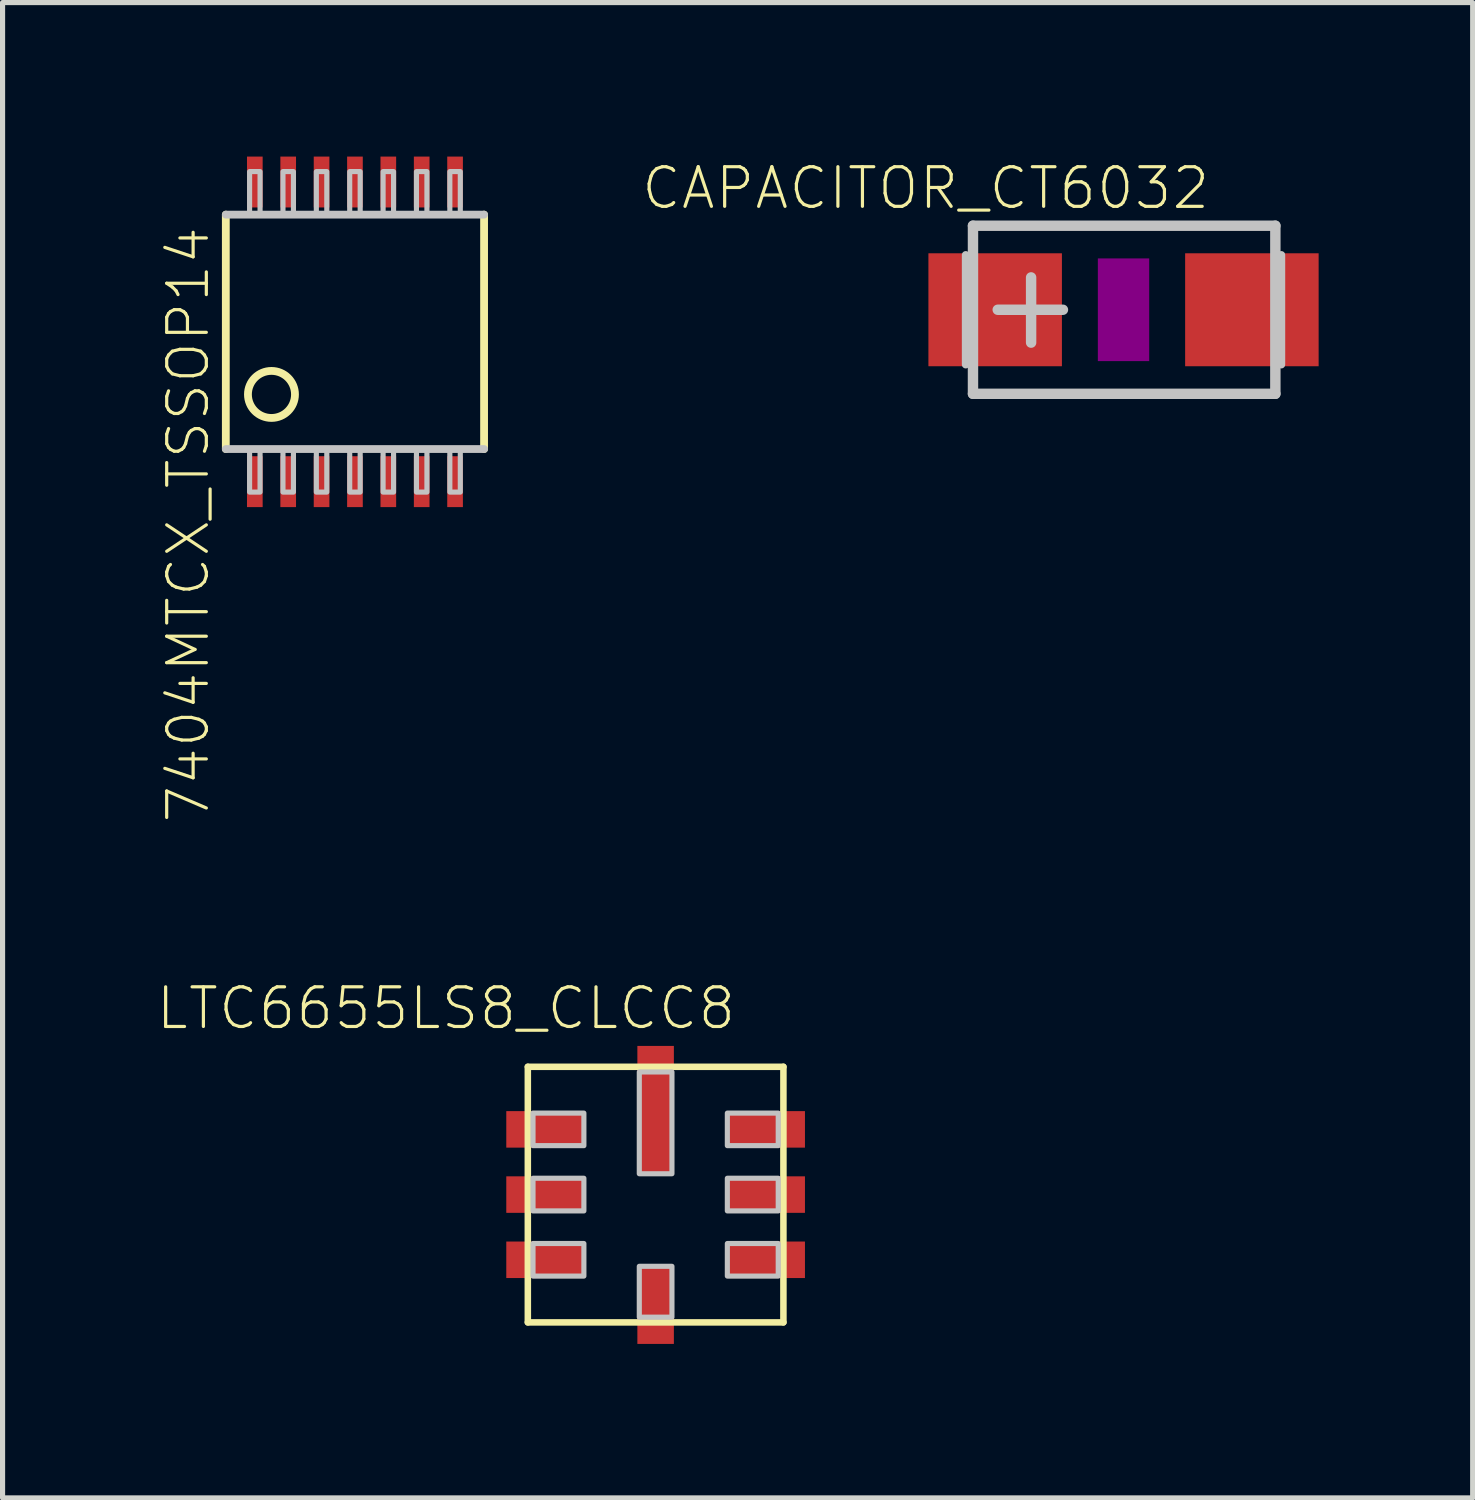
<source format=kicad_pcb>
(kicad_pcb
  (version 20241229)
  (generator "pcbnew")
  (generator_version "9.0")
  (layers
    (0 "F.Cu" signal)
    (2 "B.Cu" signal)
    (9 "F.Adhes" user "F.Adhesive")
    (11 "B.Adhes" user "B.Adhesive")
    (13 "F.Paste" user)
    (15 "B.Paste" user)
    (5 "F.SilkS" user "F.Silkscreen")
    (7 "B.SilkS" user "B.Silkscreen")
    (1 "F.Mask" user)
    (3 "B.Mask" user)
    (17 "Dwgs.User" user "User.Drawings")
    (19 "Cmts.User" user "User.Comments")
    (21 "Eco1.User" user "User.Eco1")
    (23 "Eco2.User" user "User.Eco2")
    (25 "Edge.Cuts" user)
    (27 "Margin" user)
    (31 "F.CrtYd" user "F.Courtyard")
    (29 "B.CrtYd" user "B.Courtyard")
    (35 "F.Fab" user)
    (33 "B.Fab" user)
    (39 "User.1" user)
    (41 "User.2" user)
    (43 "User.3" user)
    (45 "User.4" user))
  (footprint "CAPACITOR_CT6032"
    (layer "F.Cu")
    (at 18.832 2.983)
    (property "Reference" "CAPACITOR_CT6032" (at 1.72 -2.82 180) (layer "F.SilkS") (effects (font (size 0.772 0.772) (thickness 0.062)) (justify right top)))
    (attr through_hole)
    (fp_poly (pts (xy -0.5 1) (xy 0.5 1) (xy 0.5 -1) (xy -0.5 -1)) (stroke (width 0) (type solid)) (fill yes) (layer "F.Adhes"))
    (fp_line (start -3.073 -1.067) (end -3.073 1.067) (stroke (width 0.152) (type solid)) (layer "Dwgs.User"))
    (fp_line (start -2.932 1.637) (end -2.932 -1.637) (stroke (width 0.203) (type solid)) (layer "Dwgs.User"))
    (fp_line (start -1.8 -0.63) (end -1.8 0.64) (stroke (width 0.203) (type solid)) (layer "Dwgs.User"))
    (fp_line (start -1.18 0) (end -2.45 0) (stroke (width 0.203) (type solid)) (layer "Dwgs.User"))
    (fp_line (start 2.957 -1.637) (end -2.932 -1.637) (stroke (width 0.203) (type solid)) (layer "Dwgs.User"))
    (fp_line (start 2.957 1.637) (end -2.932 1.637) (stroke (width 0.203) (type solid)) (layer "Dwgs.User"))
    (fp_line (start 2.957 1.637) (end 2.957 -1.637) (stroke (width 0.203) (type solid)) (layer "Dwgs.User"))
    (fp_line (start 3.073 -1.067) (end 3.073 1.067) (stroke (width 0.152) (type solid)) (layer "Dwgs.User"))
    (pad "+" smd rect (at -2.5 0) (size 2.6 2.2) (layers "F.Cu" "F.Mask" "F.Paste"))
    (pad "-" smd rect (at 2.5 0 180) (size 2.6 2.2) (layers "F.Cu" "F.Mask" "F.Paste")))
  (footprint "LTC6655LS8_CLCC8"
    (layer "F.Cu")
    (at 9.719 20.216)
    (property "Reference" "LTC6655LS8_CLCC8" (at 1.6 -4.08 180) (layer "F.SilkS") (effects (font (size 0.772 0.772) (thickness 0.062)) (justify right top)))
    (attr through_hole)
    (fp_line (start -2.489 -2.489) (end 2.489 -2.489) (stroke (width 0.127) (type solid)) (layer "F.SilkS"))
    (fp_line (start -2.489 2.489) (end -2.489 -2.489) (stroke (width 0.127) (type solid)) (layer "F.SilkS"))
    (fp_line (start 2.489 -2.489) (end 2.489 2.489) (stroke (width 0.127) (type solid)) (layer "F.SilkS"))
    (fp_line (start 2.489 2.489) (end -2.489 2.489) (stroke (width 0.127) (type solid)) (layer "F.SilkS"))
    (fp_poly (pts (xy -2.388 -0.953) (xy -1.397 -0.953) (xy -1.397 -1.587) (xy -2.388 -1.587)) (stroke (width 0.1) (type solid)) (fill no) (layer "Dwgs.User"))
    (fp_poly (pts (xy -2.388 0.318) (xy -1.397 0.318) (xy -1.397 -0.318) (xy -2.388 -0.318)) (stroke (width 0.1) (type solid)) (fill no) (layer "Dwgs.User"))
    (fp_poly (pts (xy -2.388 1.587) (xy -1.397 1.587) (xy -1.397 0.953) (xy -2.388 0.953)) (stroke (width 0.1) (type solid)) (fill no) (layer "Dwgs.User"))
    (fp_poly (pts (xy -0.318 -0.406) (xy 0.318 -0.406) (xy 0.318 -2.388) (xy -0.318 -2.388)) (stroke (width 0.1) (type solid)) (fill no) (layer "Dwgs.User"))
    (fp_poly (pts (xy -0.318 2.388) (xy 0.318 2.388) (xy 0.318 1.397) (xy -0.318 1.397)) (stroke (width 0.1) (type solid)) (fill no) (layer "Dwgs.User"))
    (fp_poly (pts (xy 1.397 -0.953) (xy 2.388 -0.953) (xy 2.388 -1.587) (xy 1.397 -1.587)) (stroke (width 0.1) (type solid)) (fill no) (layer "Dwgs.User"))
    (fp_poly (pts (xy 1.397 0.318) (xy 2.388 0.318) (xy 2.388 -0.318) (xy 1.397 -0.318)) (stroke (width 0.1) (type solid)) (fill no) (layer "Dwgs.User"))
    (fp_poly (pts (xy 1.397 1.587) (xy 2.388 1.587) (xy 2.388 0.953) (xy 1.397 0.953)) (stroke (width 0.1) (type solid)) (fill no) (layer "Dwgs.User"))
    (pad "P$1" smd rect (at -2.159 -1.27) (size 1.499 0.711) (layers "F.Cu" "F.Mask" "F.Paste"))
    (pad "P$2" smd rect (at -2.159 0) (size 1.499 0.711) (layers "F.Cu" "F.Mask" "F.Paste"))
    (pad "P$3" smd rect (at -2.159 1.27) (size 1.499 0.711) (layers "F.Cu" "F.Mask" "F.Paste"))
    (pad "P$4" smd rect (at 0 2.159) (size 0.711 1.499) (layers "F.Cu" "F.Mask" "F.Paste"))
    (pad "P$5" smd rect (at 2.159 1.27) (size 1.499 0.711) (layers "F.Cu" "F.Mask" "F.Paste"))
    (pad "P$6" smd rect (at 2.159 0) (size 1.499 0.711) (layers "F.Cu" "F.Mask" "F.Paste"))
    (pad "P$7" smd rect (at 2.159 -1.27) (size 1.499 0.711) (layers "F.Cu" "F.Mask" "F.Paste"))
    (pad "P$8" smd rect (at 0 -1.651) (size 0.711 2.489) (layers "F.Cu" "F.Mask" "F.Paste")))
  (footprint "7404MTCX_TSSOP14"
    (layer "F.Cu")
    (at 3.863 3.413)
    (property "Reference" "7404MTCX_TSSOP14" (at -3.7 -2.09 90) (layer "F.SilkS") (effects (font (size 0.772 0.772) (thickness 0.062)) (justify right top)))
    (attr through_hole)
    (fp_line (start -2.515 2.283) (end -2.515 -2.283) (stroke (width 0.152) (type solid)) (layer "F.SilkS"))
    (fp_line (start 2.515 -2.283) (end 2.515 2.283) (stroke (width 0.152) (type solid)) (layer "F.SilkS"))
    (fp_circle (center -1.626 1.219) (end -1.168 1.219) (stroke (width 0.152) (type solid)) (fill no) (layer "F.SilkS"))
    (fp_line (start -2.515 2.283) (end 2.515 2.283) (stroke (width 0.152) (type solid)) (layer "Dwgs.User"))
    (fp_line (start 2.515 -2.283) (end -2.515 -2.283) (stroke (width 0.152) (type solid)) (layer "Dwgs.User"))
    (fp_poly (pts (xy -2.052 -2.283) (xy -1.848 -2.283) (xy -1.848 -3.121) (xy -2.052 -3.121)) (stroke (width 0.1) (type solid)) (fill no) (layer "Dwgs.User"))
    (fp_poly (pts (xy -2.052 3.121) (xy -1.848 3.121) (xy -1.848 2.283) (xy -2.052 2.283)) (stroke (width 0.1) (type solid)) (fill no) (layer "Dwgs.User"))
    (fp_poly (pts (xy -1.402 -2.283) (xy -1.198 -2.283) (xy -1.198 -3.121) (xy -1.402 -3.121)) (stroke (width 0.1) (type solid)) (fill no) (layer "Dwgs.User"))
    (fp_poly (pts (xy -1.402 3.121) (xy -1.198 3.121) (xy -1.198 2.283) (xy -1.402 2.283)) (stroke (width 0.1) (type solid)) (fill no) (layer "Dwgs.User"))
    (fp_poly (pts (xy -0.752 -2.283) (xy -0.548 -2.283) (xy -0.548 -3.121) (xy -0.752 -3.121)) (stroke (width 0.1) (type solid)) (fill no) (layer "Dwgs.User"))
    (fp_poly (pts (xy -0.752 3.121) (xy -0.548 3.121) (xy -0.548 2.283) (xy -0.752 2.283)) (stroke (width 0.1) (type solid)) (fill no) (layer "Dwgs.User"))
    (fp_poly (pts (xy -0.102 -2.283) (xy 0.102 -2.283) (xy 0.102 -3.121) (xy -0.102 -3.121)) (stroke (width 0.1) (type solid)) (fill no) (layer "Dwgs.User"))
    (fp_poly (pts (xy -0.102 3.121) (xy 0.102 3.121) (xy 0.102 2.283) (xy -0.102 2.283)) (stroke (width 0.1) (type solid)) (fill no) (layer "Dwgs.User"))
    (fp_poly (pts (xy 0.548 -2.283) (xy 0.752 -2.283) (xy 0.752 -3.121) (xy 0.548 -3.121)) (stroke (width 0.1) (type solid)) (fill no) (layer "Dwgs.User"))
    (fp_poly (pts (xy 0.548 3.121) (xy 0.752 3.121) (xy 0.752 2.283) (xy 0.548 2.283)) (stroke (width 0.1) (type solid)) (fill no) (layer "Dwgs.User"))
    (fp_poly (pts (xy 1.198 -2.283) (xy 1.402 -2.283) (xy 1.402 -3.121) (xy 1.198 -3.121)) (stroke (width 0.1) (type solid)) (fill no) (layer "Dwgs.User"))
    (fp_poly (pts (xy 1.198 3.121) (xy 1.402 3.121) (xy 1.402 2.283) (xy 1.198 2.283)) (stroke (width 0.1) (type solid)) (fill no) (layer "Dwgs.User"))
    (fp_poly (pts (xy 1.848 -2.283) (xy 2.052 -2.283) (xy 2.052 -3.121) (xy 1.848 -3.121)) (stroke (width 0.1) (type solid)) (fill no) (layer "Dwgs.User"))
    (fp_poly (pts (xy 1.848 3.121) (xy 2.052 3.121) (xy 2.052 2.283) (xy 1.848 2.283)) (stroke (width 0.1) (type solid)) (fill no) (layer "Dwgs.User"))
    (pad "1" smd rect (at -1.95 2.918) (size 0.305 0.991) (layers "F.Cu" "F.Mask" "F.Paste"))
    (pad "2" smd rect (at -1.3 2.918) (size 0.305 0.991) (layers "F.Cu" "F.Mask" "F.Paste"))
    (pad "3" smd rect (at -0.65 2.918) (size 0.305 0.991) (layers "F.Cu" "F.Mask" "F.Paste"))
    (pad "4" smd rect (at 0 2.918) (size 0.305 0.991) (layers "F.Cu" "F.Mask" "F.Paste"))
    (pad "5" smd rect (at 0.65 2.918) (size 0.305 0.991) (layers "F.Cu" "F.Mask" "F.Paste"))
    (pad "6" smd rect (at 1.3 2.918) (size 0.305 0.991) (layers "F.Cu" "F.Mask" "F.Paste"))
    (pad "7" smd rect (at 1.95 2.918) (size 0.305 0.991) (layers "F.Cu" "F.Mask" "F.Paste"))
    (pad "8" smd rect (at 1.95 -2.918) (size 0.305 0.991) (layers "F.Cu" "F.Mask" "F.Paste"))
    (pad "9" smd rect (at 1.3 -2.918) (size 0.305 0.991) (layers "F.Cu" "F.Mask" "F.Paste"))
    (pad "10" smd rect (at 0.65 -2.918) (size 0.305 0.991) (layers "F.Cu" "F.Mask" "F.Paste"))
    (pad "11" smd rect (at 0 -2.918) (size 0.305 0.991) (layers "F.Cu" "F.Mask" "F.Paste"))
    (pad "12" smd rect (at -0.65 -2.918) (size 0.305 0.991) (layers "F.Cu" "F.Mask" "F.Paste"))
    (pad "13" smd rect (at -1.3 -2.918) (size 0.305 0.991) (layers "F.Cu" "F.Mask" "F.Paste"))
    (pad "14" smd rect (at -1.95 -2.918) (size 0.305 0.991) (layers "F.Cu" "F.Mask" "F.Paste")))
  (gr_rect
    (start -3 -3)
    (end 25.632 26.124)
    (stroke (width 0.1) (type default))
    (fill no)
    (layer "Edge.Cuts")))
</source>
